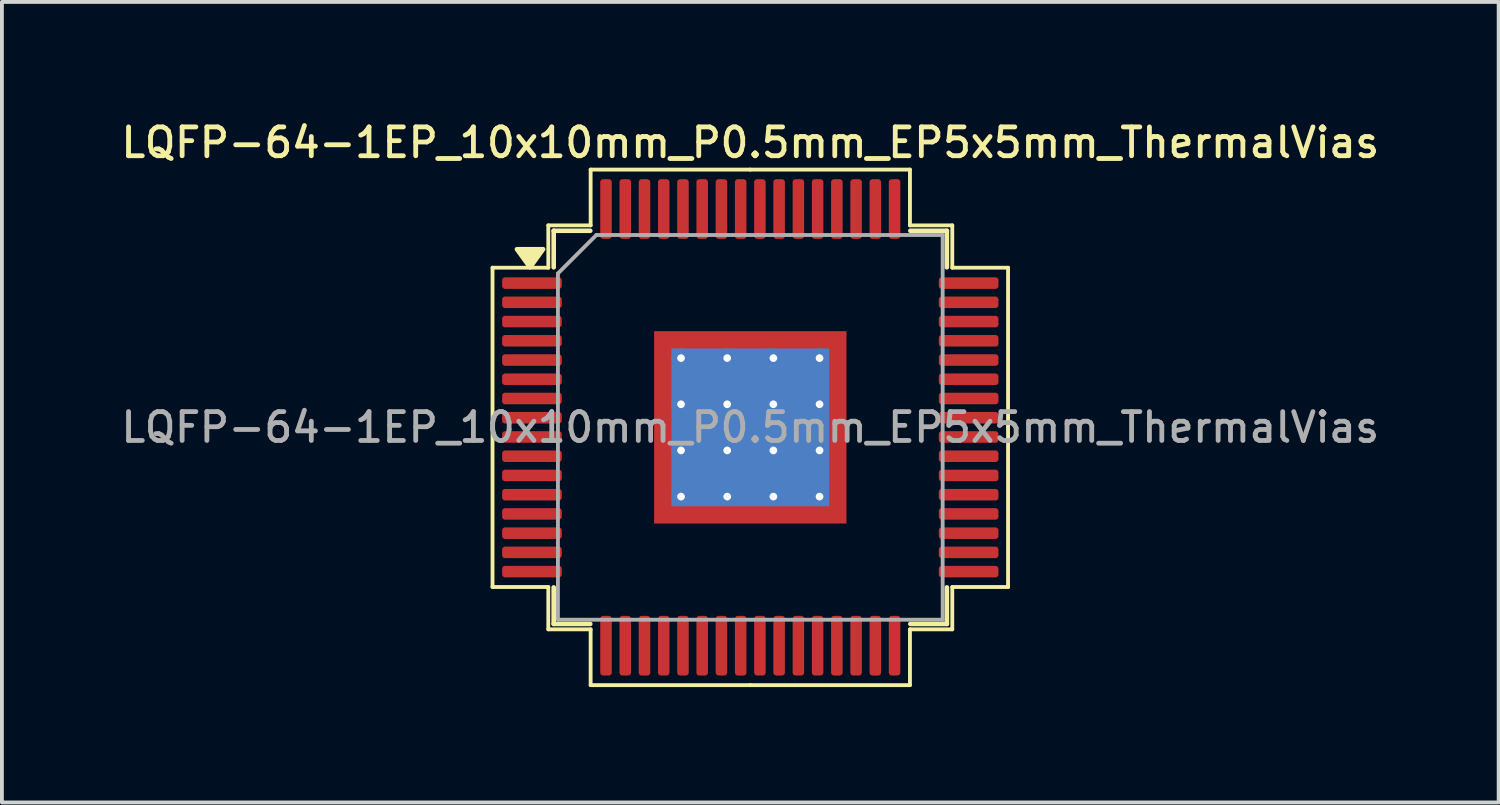
<source format=kicad_pcb>
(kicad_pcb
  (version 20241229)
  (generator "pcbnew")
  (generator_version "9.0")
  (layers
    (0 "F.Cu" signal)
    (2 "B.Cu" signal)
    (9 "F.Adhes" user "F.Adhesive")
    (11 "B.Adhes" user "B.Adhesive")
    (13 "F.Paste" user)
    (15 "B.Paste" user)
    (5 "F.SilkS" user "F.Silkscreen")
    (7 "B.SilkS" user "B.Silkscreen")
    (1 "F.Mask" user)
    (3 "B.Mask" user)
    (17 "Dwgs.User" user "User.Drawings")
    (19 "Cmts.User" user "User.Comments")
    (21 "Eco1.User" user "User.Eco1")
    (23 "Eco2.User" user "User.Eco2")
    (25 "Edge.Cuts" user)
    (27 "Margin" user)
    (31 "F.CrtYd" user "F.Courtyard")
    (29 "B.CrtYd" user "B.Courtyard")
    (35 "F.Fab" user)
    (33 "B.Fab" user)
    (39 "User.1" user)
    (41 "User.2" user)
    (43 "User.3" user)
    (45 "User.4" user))
  (footprint "LQFP-64-1EP_10x10mm_P0.5mm_EP5x5mm_ThermalVias"
    (layer "F.Cu")
    (at 16.452 8.058)
    (property "Reference" "LQFP-64-1EP_10x10mm_P0.5mm_EP5x5mm_ThermalVias" (at 0 -7.4 0) (layer "F.SilkS") (effects (font (size 0.75 0.75) (thickness 0.125))))
    (attr smd)
    (fp_line (start -6.7 -4.15) (end -6.7 0) (stroke (width 0.1) (type solid)) (layer "F.SilkS"))
    (fp_line (start -6.7 4.15) (end -6.7 0) (stroke (width 0.1) (type solid)) (layer "F.SilkS"))
    (fp_line (start -5.25 -5.25) (end -5.25 -4.15) (stroke (width 0.1) (type solid)) (layer "F.SilkS"))
    (fp_line (start -5.25 -4.15) (end -6.7 -4.15) (stroke (width 0.1) (type solid)) (layer "F.SilkS"))
    (fp_line (start -5.25 4.15) (end -6.7 4.15) (stroke (width 0.1) (type solid)) (layer "F.SilkS"))
    (fp_line (start -5.25 5.25) (end -5.25 4.15) (stroke (width 0.1) (type solid)) (layer "F.SilkS"))
    (fp_line (start -5.11 -5.11) (end -5.11 -4.16) (stroke (width 0.12) (type solid)) (layer "F.SilkS"))
    (fp_line (start -5.11 5.11) (end -5.11 4.16) (stroke (width 0.12) (type solid)) (layer "F.SilkS"))
    (fp_line (start -4.16 -5.11) (end -5.11 -5.11) (stroke (width 0.12) (type solid)) (layer "F.SilkS"))
    (fp_line (start -4.16 5.11) (end -5.11 5.11) (stroke (width 0.12) (type solid)) (layer "F.SilkS"))
    (fp_line (start -4.15 -6.7) (end -4.15 -5.25) (stroke (width 0.1) (type solid)) (layer "F.SilkS"))
    (fp_line (start -4.15 -5.25) (end -5.25 -5.25) (stroke (width 0.1) (type solid)) (layer "F.SilkS"))
    (fp_line (start -4.15 5.25) (end -5.25 5.25) (stroke (width 0.1) (type solid)) (layer "F.SilkS"))
    (fp_line (start -4.15 6.7) (end -4.15 5.25) (stroke (width 0.1) (type solid)) (layer "F.SilkS"))
    (fp_line (start 0 -6.7) (end -4.15 -6.7) (stroke (width 0.1) (type solid)) (layer "F.SilkS"))
    (fp_line (start 0 -6.7) (end 4.15 -6.7) (stroke (width 0.1) (type solid)) (layer "F.SilkS"))
    (fp_line (start 0 6.7) (end -4.15 6.7) (stroke (width 0.1) (type solid)) (layer "F.SilkS"))
    (fp_line (start 0 6.7) (end 4.15 6.7) (stroke (width 0.1) (type solid)) (layer "F.SilkS"))
    (fp_line (start 4.15 -6.7) (end 4.15 -5.25) (stroke (width 0.1) (type solid)) (layer "F.SilkS"))
    (fp_line (start 4.15 -5.25) (end 5.25 -5.25) (stroke (width 0.1) (type solid)) (layer "F.SilkS"))
    (fp_line (start 4.15 5.25) (end 5.25 5.25) (stroke (width 0.1) (type solid)) (layer "F.SilkS"))
    (fp_line (start 4.15 6.7) (end 4.15 5.25) (stroke (width 0.1) (type solid)) (layer "F.SilkS"))
    (fp_line (start 4.16 -5.11) (end 5.11 -5.11) (stroke (width 0.12) (type solid)) (layer "F.SilkS"))
    (fp_line (start 4.16 5.11) (end 5.11 5.11) (stroke (width 0.12) (type solid)) (layer "F.SilkS"))
    (fp_line (start 5.11 -5.11) (end 5.11 -4.16) (stroke (width 0.12) (type solid)) (layer "F.SilkS"))
    (fp_line (start 5.11 5.11) (end 5.11 4.16) (stroke (width 0.12) (type solid)) (layer "F.SilkS"))
    (fp_line (start 5.25 -5.25) (end 5.25 -4.15) (stroke (width 0.1) (type solid)) (layer "F.SilkS"))
    (fp_line (start 5.25 -4.15) (end 6.7 -4.15) (stroke (width 0.1) (type solid)) (layer "F.SilkS"))
    (fp_line (start 5.25 4.15) (end 6.7 4.15) (stroke (width 0.1) (type solid)) (layer "F.SilkS"))
    (fp_line (start 5.25 5.25) (end 5.25 4.15) (stroke (width 0.1) (type solid)) (layer "F.SilkS"))
    (fp_line (start 6.7 -4.15) (end 6.7 0) (stroke (width 0.1) (type solid)) (layer "F.SilkS"))
    (fp_line (start 6.7 4.15) (end 6.7 0) (stroke (width 0.1) (type solid)) (layer "F.SilkS"))
    (fp_poly (pts (xy -5.725 -4.16) (xy -6.065 -4.63) (xy -5.385 -4.63) (xy -5.725 -4.16)) (stroke (width 0.12) (type solid)) (fill yes) (layer "F.SilkS"))
    (fp_line (start -5 -4) (end -4 -5) (stroke (width 0.1) (type solid)) (layer "F.Fab"))
    (fp_line (start -5 5) (end -5 -4) (stroke (width 0.1) (type solid)) (layer "F.Fab"))
    (fp_line (start -4 -5) (end 5 -5) (stroke (width 0.1) (type solid)) (layer "F.Fab"))
    (fp_line (start 5 -5) (end 5 5) (stroke (width 0.1) (type solid)) (layer "F.Fab"))
    (fp_line (start 5 5) (end -5 5) (stroke (width 0.1) (type solid)) (layer "F.Fab"))
    (fp_text user "${REFERENCE}" (at 0 0 0) (layer "F.Fab") (effects (font (size 0.75 0.75) (thickness 0.125))))
    (pad "" smd custom (at -2.15 -2.15) (size 0.46 0.46) (layers "F.Paste") (options (anchor circle)) (primitives (gr_poly (pts (xy -0.178 -0.178) (xy 0.178 -0.178) (xy 0.178 0.092) (xy 0.092 0.178) (xy -0.178 0.178)) (width 0.208) (fill yes))))
    (pad "" smd custom (at -2.15 -1.2) (size 0.495 0.495) (layers "F.Paste") (options (anchor circle)) (primitives (gr_poly (pts (xy -0.212 -0.414) (xy 0.154 -0.414) (xy 0.212 -0.356) (xy 0.212 0.356) (xy 0.154 0.414) (xy -0.212 0.414)) (width 0.14) (fill yes))))
    (pad "" smd custom (at -2.15 0) (size 0.495 0.495) (layers "F.Paste") (options (anchor circle)) (primitives (gr_poly (pts (xy -0.212 -0.414) (xy 0.154 -0.414) (xy 0.212 -0.356) (xy 0.212 0.356) (xy 0.154 0.414) (xy -0.212 0.414)) (width 0.14) (fill yes))))
    (pad "" smd custom (at -2.15 1.2) (size 0.495 0.495) (layers "F.Paste") (options (anchor circle)) (primitives (gr_poly (pts (xy -0.212 -0.414) (xy 0.154 -0.414) (xy 0.212 -0.356) (xy 0.212 0.356) (xy 0.154 0.414) (xy -0.212 0.414)) (width 0.14) (fill yes))))
    (pad "" smd custom (at -2.15 2.15) (size 0.46 0.46) (layers "F.Paste") (options (anchor circle)) (primitives (gr_poly (pts (xy -0.178 -0.178) (xy 0.092 -0.178) (xy 0.178 -0.092) (xy 0.178 0.178) (xy -0.178 0.178)) (width 0.208) (fill yes))))
    (pad "" smd custom (at -1.2 -2.15) (size 0.495 0.495) (layers "F.Paste") (options (anchor circle)) (primitives (gr_poly (pts (xy -0.414 -0.212) (xy 0.414 -0.212) (xy 0.414 0.154) (xy 0.356 0.212) (xy -0.356 0.212) (xy -0.414 0.154)) (width 0.14) (fill yes))))
    (pad "" smd roundrect (at -1.2 -1.2) (size 0.967 0.967) (layers "F.Paste") (roundrect_rratio 0.25))
    (pad "" smd roundrect (at -1.2 0) (size 0.967 0.967) (layers "F.Paste") (roundrect_rratio 0.25))
    (pad "" smd roundrect (at -1.2 1.2) (size 0.967 0.967) (layers "F.Paste") (roundrect_rratio 0.25))
    (pad "" smd custom (at -1.2 2.15) (size 0.495 0.495) (layers "F.Paste") (options (anchor circle)) (primitives (gr_poly (pts (xy -0.414 -0.154) (xy -0.356 -0.212) (xy 0.356 -0.212) (xy 0.414 -0.154) (xy 0.414 0.212) (xy -0.414 0.212)) (width 0.14) (fill yes))))
    (pad "" smd custom (at 0 -2.15) (size 0.495 0.495) (layers "F.Paste") (options (anchor circle)) (primitives (gr_poly (pts (xy -0.414 -0.212) (xy 0.414 -0.212) (xy 0.414 0.154) (xy 0.356 0.212) (xy -0.356 0.212) (xy -0.414 0.154)) (width 0.14) (fill yes))))
    (pad "" smd roundrect (at 0 -1.2) (size 0.967 0.967) (layers "F.Paste") (roundrect_rratio 0.25))
    (pad "" smd roundrect (at 0 0) (size 0.967 0.967) (layers "F.Paste") (roundrect_rratio 0.25))
    (pad "" smd roundrect (at 0 1.2) (size 0.967 0.967) (layers "F.Paste") (roundrect_rratio 0.25))
    (pad "" smd custom (at 0 2.15) (size 0.495 0.495) (layers "F.Paste") (options (anchor circle)) (primitives (gr_poly (pts (xy -0.414 -0.154) (xy -0.356 -0.212) (xy 0.356 -0.212) (xy 0.414 -0.154) (xy 0.414 0.212) (xy -0.414 0.212)) (width 0.14) (fill yes))))
    (pad "" smd custom (at 1.2 -2.15) (size 0.495 0.495) (layers "F.Paste") (options (anchor circle)) (primitives (gr_poly (pts (xy -0.414 -0.212) (xy 0.414 -0.212) (xy 0.414 0.154) (xy 0.356 0.212) (xy -0.356 0.212) (xy -0.414 0.154)) (width 0.14) (fill yes))))
    (pad "" smd roundrect (at 1.2 -1.2) (size 0.967 0.967) (layers "F.Paste") (roundrect_rratio 0.25))
    (pad "" smd roundrect (at 1.2 0) (size 0.967 0.967) (layers "F.Paste") (roundrect_rratio 0.25))
    (pad "" smd roundrect (at 1.2 1.2) (size 0.967 0.967) (layers "F.Paste") (roundrect_rratio 0.25))
    (pad "" smd custom (at 1.2 2.15) (size 0.495 0.495) (layers "F.Paste") (options (anchor circle)) (primitives (gr_poly (pts (xy -0.414 -0.154) (xy -0.356 -0.212) (xy 0.356 -0.212) (xy 0.414 -0.154) (xy 0.414 0.212) (xy -0.414 0.212)) (width 0.14) (fill yes))))
    (pad "" smd custom (at 2.15 -2.15) (size 0.46 0.46) (layers "F.Paste") (options (anchor circle)) (primitives (gr_poly (pts (xy -0.178 -0.178) (xy 0.178 -0.178) (xy 0.178 0.178) (xy -0.092 0.178) (xy -0.178 0.092)) (width 0.208) (fill yes))))
    (pad "" smd custom (at 2.15 -1.2) (size 0.495 0.495) (layers "F.Paste") (options (anchor circle)) (primitives (gr_poly (pts (xy -0.212 -0.356) (xy -0.154 -0.414) (xy 0.212 -0.414) (xy 0.212 0.414) (xy -0.154 0.414) (xy -0.212 0.356)) (width 0.14) (fill yes))))
    (pad "" smd custom (at 2.15 0) (size 0.495 0.495) (layers "F.Paste") (options (anchor circle)) (primitives (gr_poly (pts (xy -0.212 -0.356) (xy -0.154 -0.414) (xy 0.212 -0.414) (xy 0.212 0.414) (xy -0.154 0.414) (xy -0.212 0.356)) (width 0.14) (fill yes))))
    (pad "" smd custom (at 2.15 1.2) (size 0.495 0.495) (layers "F.Paste") (options (anchor circle)) (primitives (gr_poly (pts (xy -0.212 -0.356) (xy -0.154 -0.414) (xy 0.212 -0.414) (xy 0.212 0.414) (xy -0.154 0.414) (xy -0.212 0.356)) (width 0.14) (fill yes))))
    (pad "" smd custom (at 2.15 2.15) (size 0.46 0.46) (layers "F.Paste") (options (anchor circle)) (primitives (gr_poly (pts (xy -0.178 -0.092) (xy -0.092 -0.178) (xy 0.178 -0.178) (xy 0.178 0.178) (xy -0.178 0.178)) (width 0.208) (fill yes))))
    (pad "1" smd roundrect (at -5.675 -3.75) (size 1.55 0.3) (layers "F.Cu" "F.Mask" "F.Paste") (roundrect_rratio 0.25))
    (pad "2" smd roundrect (at -5.675 -3.25) (size 1.55 0.3) (layers "F.Cu" "F.Mask" "F.Paste") (roundrect_rratio 0.25))
    (pad "3" smd roundrect (at -5.675 -2.75) (size 1.55 0.3) (layers "F.Cu" "F.Mask" "F.Paste") (roundrect_rratio 0.25))
    (pad "4" smd roundrect (at -5.675 -2.25) (size 1.55 0.3) (layers "F.Cu" "F.Mask" "F.Paste") (roundrect_rratio 0.25))
    (pad "5" smd roundrect (at -5.675 -1.75) (size 1.55 0.3) (layers "F.Cu" "F.Mask" "F.Paste") (roundrect_rratio 0.25))
    (pad "6" smd roundrect (at -5.675 -1.25) (size 1.55 0.3) (layers "F.Cu" "F.Mask" "F.Paste") (roundrect_rratio 0.25))
    (pad "7" smd roundrect (at -5.675 -0.75) (size 1.55 0.3) (layers "F.Cu" "F.Mask" "F.Paste") (roundrect_rratio 0.25))
    (pad "8" smd roundrect (at -5.675 -0.25) (size 1.55 0.3) (layers "F.Cu" "F.Mask" "F.Paste") (roundrect_rratio 0.25))
    (pad "9" smd roundrect (at -5.675 0.25) (size 1.55 0.3) (layers "F.Cu" "F.Mask" "F.Paste") (roundrect_rratio 0.25))
    (pad "10" smd roundrect (at -5.675 0.75) (size 1.55 0.3) (layers "F.Cu" "F.Mask" "F.Paste") (roundrect_rratio 0.25))
    (pad "11" smd roundrect (at -5.675 1.25) (size 1.55 0.3) (layers "F.Cu" "F.Mask" "F.Paste") (roundrect_rratio 0.25))
    (pad "12" smd roundrect (at -5.675 1.75) (size 1.55 0.3) (layers "F.Cu" "F.Mask" "F.Paste") (roundrect_rratio 0.25))
    (pad "13" smd roundrect (at -5.675 2.25) (size 1.55 0.3) (layers "F.Cu" "F.Mask" "F.Paste") (roundrect_rratio 0.25))
    (pad "14" smd roundrect (at -5.675 2.75) (size 1.55 0.3) (layers "F.Cu" "F.Mask" "F.Paste") (roundrect_rratio 0.25))
    (pad "15" smd roundrect (at -5.675 3.25) (size 1.55 0.3) (layers "F.Cu" "F.Mask" "F.Paste") (roundrect_rratio 0.25))
    (pad "16" smd roundrect (at -5.675 3.75) (size 1.55 0.3) (layers "F.Cu" "F.Mask" "F.Paste") (roundrect_rratio 0.25))
    (pad "17" smd roundrect (at -3.75 5.675) (size 0.3 1.55) (layers "F.Cu" "F.Mask" "F.Paste") (roundrect_rratio 0.25))
    (pad "18" smd roundrect (at -3.25 5.675) (size 0.3 1.55) (layers "F.Cu" "F.Mask" "F.Paste") (roundrect_rratio 0.25))
    (pad "19" smd roundrect (at -2.75 5.675) (size 0.3 1.55) (layers "F.Cu" "F.Mask" "F.Paste") (roundrect_rratio 0.25))
    (pad "20" smd roundrect (at -2.25 5.675) (size 0.3 1.55) (layers "F.Cu" "F.Mask" "F.Paste") (roundrect_rratio 0.25))
    (pad "21" smd roundrect (at -1.75 5.675) (size 0.3 1.55) (layers "F.Cu" "F.Mask" "F.Paste") (roundrect_rratio 0.25))
    (pad "22" smd roundrect (at -1.25 5.675) (size 0.3 1.55) (layers "F.Cu" "F.Mask" "F.Paste") (roundrect_rratio 0.25))
    (pad "23" smd roundrect (at -0.75 5.675) (size 0.3 1.55) (layers "F.Cu" "F.Mask" "F.Paste") (roundrect_rratio 0.25))
    (pad "24" smd roundrect (at -0.25 5.675) (size 0.3 1.55) (layers "F.Cu" "F.Mask" "F.Paste") (roundrect_rratio 0.25))
    (pad "25" smd roundrect (at 0.25 5.675) (size 0.3 1.55) (layers "F.Cu" "F.Mask" "F.Paste") (roundrect_rratio 0.25))
    (pad "26" smd roundrect (at 0.75 5.675) (size 0.3 1.55) (layers "F.Cu" "F.Mask" "F.Paste") (roundrect_rratio 0.25))
    (pad "27" smd roundrect (at 1.25 5.675) (size 0.3 1.55) (layers "F.Cu" "F.Mask" "F.Paste") (roundrect_rratio 0.25))
    (pad "28" smd roundrect (at 1.75 5.675) (size 0.3 1.55) (layers "F.Cu" "F.Mask" "F.Paste") (roundrect_rratio 0.25))
    (pad "29" smd roundrect (at 2.25 5.675) (size 0.3 1.55) (layers "F.Cu" "F.Mask" "F.Paste") (roundrect_rratio 0.25))
    (pad "30" smd roundrect (at 2.75 5.675) (size 0.3 1.55) (layers "F.Cu" "F.Mask" "F.Paste") (roundrect_rratio 0.25))
    (pad "31" smd roundrect (at 3.25 5.675) (size 0.3 1.55) (layers "F.Cu" "F.Mask" "F.Paste") (roundrect_rratio 0.25))
    (pad "32" smd roundrect (at 3.75 5.675) (size 0.3 1.55) (layers "F.Cu" "F.Mask" "F.Paste") (roundrect_rratio 0.25))
    (pad "33" smd roundrect (at 5.675 3.75) (size 1.55 0.3) (layers "F.Cu" "F.Mask" "F.Paste") (roundrect_rratio 0.25))
    (pad "34" smd roundrect (at 5.675 3.25) (size 1.55 0.3) (layers "F.Cu" "F.Mask" "F.Paste") (roundrect_rratio 0.25))
    (pad "35" smd roundrect (at 5.675 2.75) (size 1.55 0.3) (layers "F.Cu" "F.Mask" "F.Paste") (roundrect_rratio 0.25))
    (pad "36" smd roundrect (at 5.675 2.25) (size 1.55 0.3) (layers "F.Cu" "F.Mask" "F.Paste") (roundrect_rratio 0.25))
    (pad "37" smd roundrect (at 5.675 1.75) (size 1.55 0.3) (layers "F.Cu" "F.Mask" "F.Paste") (roundrect_rratio 0.25))
    (pad "38" smd roundrect (at 5.675 1.25) (size 1.55 0.3) (layers "F.Cu" "F.Mask" "F.Paste") (roundrect_rratio 0.25))
    (pad "39" smd roundrect (at 5.675 0.75) (size 1.55 0.3) (layers "F.Cu" "F.Mask" "F.Paste") (roundrect_rratio 0.25))
    (pad "40" smd roundrect (at 5.675 0.25) (size 1.55 0.3) (layers "F.Cu" "F.Mask" "F.Paste") (roundrect_rratio 0.25))
    (pad "41" smd roundrect (at 5.675 -0.25) (size 1.55 0.3) (layers "F.Cu" "F.Mask" "F.Paste") (roundrect_rratio 0.25))
    (pad "42" smd roundrect (at 5.675 -0.75) (size 1.55 0.3) (layers "F.Cu" "F.Mask" "F.Paste") (roundrect_rratio 0.25))
    (pad "43" smd roundrect (at 5.675 -1.25) (size 1.55 0.3) (layers "F.Cu" "F.Mask" "F.Paste") (roundrect_rratio 0.25))
    (pad "44" smd roundrect (at 5.675 -1.75) (size 1.55 0.3) (layers "F.Cu" "F.Mask" "F.Paste") (roundrect_rratio 0.25))
    (pad "45" smd roundrect (at 5.675 -2.25) (size 1.55 0.3) (layers "F.Cu" "F.Mask" "F.Paste") (roundrect_rratio 0.25))
    (pad "46" smd roundrect (at 5.675 -2.75) (size 1.55 0.3) (layers "F.Cu" "F.Mask" "F.Paste") (roundrect_rratio 0.25))
    (pad "47" smd roundrect (at 5.675 -3.25) (size 1.55 0.3) (layers "F.Cu" "F.Mask" "F.Paste") (roundrect_rratio 0.25))
    (pad "48" smd roundrect (at 5.675 -3.75) (size 1.55 0.3) (layers "F.Cu" "F.Mask" "F.Paste") (roundrect_rratio 0.25))
    (pad "49" smd roundrect (at 3.75 -5.675) (size 0.3 1.55) (layers "F.Cu" "F.Mask" "F.Paste") (roundrect_rratio 0.25))
    (pad "50" smd roundrect (at 3.25 -5.675) (size 0.3 1.55) (layers "F.Cu" "F.Mask" "F.Paste") (roundrect_rratio 0.25))
    (pad "51" smd roundrect (at 2.75 -5.675) (size 0.3 1.55) (layers "F.Cu" "F.Mask" "F.Paste") (roundrect_rratio 0.25))
    (pad "52" smd roundrect (at 2.25 -5.675) (size 0.3 1.55) (layers "F.Cu" "F.Mask" "F.Paste") (roundrect_rratio 0.25))
    (pad "53" smd roundrect (at 1.75 -5.675) (size 0.3 1.55) (layers "F.Cu" "F.Mask" "F.Paste") (roundrect_rratio 0.25))
    (pad "54" smd roundrect (at 1.25 -5.675) (size 0.3 1.55) (layers "F.Cu" "F.Mask" "F.Paste") (roundrect_rratio 0.25))
    (pad "55" smd roundrect (at 0.75 -5.675) (size 0.3 1.55) (layers "F.Cu" "F.Mask" "F.Paste") (roundrect_rratio 0.25))
    (pad "56" smd roundrect (at 0.25 -5.675) (size 0.3 1.55) (layers "F.Cu" "F.Mask" "F.Paste") (roundrect_rratio 0.25))
    (pad "57" smd roundrect (at -0.25 -5.675) (size 0.3 1.55) (layers "F.Cu" "F.Mask" "F.Paste") (roundrect_rratio 0.25))
    (pad "58" smd roundrect (at -0.75 -5.675) (size 0.3 1.55) (layers "F.Cu" "F.Mask" "F.Paste") (roundrect_rratio 0.25))
    (pad "59" smd roundrect (at -1.25 -5.675) (size 0.3 1.55) (layers "F.Cu" "F.Mask" "F.Paste") (roundrect_rratio 0.25))
    (pad "60" smd roundrect (at -1.75 -5.675) (size 0.3 1.55) (layers "F.Cu" "F.Mask" "F.Paste") (roundrect_rratio 0.25))
    (pad "61" smd roundrect (at -2.25 -5.675) (size 0.3 1.55) (layers "F.Cu" "F.Mask" "F.Paste") (roundrect_rratio 0.25))
    (pad "62" smd roundrect (at -2.75 -5.675) (size 0.3 1.55) (layers "F.Cu" "F.Mask" "F.Paste") (roundrect_rratio 0.25))
    (pad "63" smd roundrect (at -3.25 -5.675) (size 0.3 1.55) (layers "F.Cu" "F.Mask" "F.Paste") (roundrect_rratio 0.25))
    (pad "64" smd roundrect (at -3.75 -5.675) (size 0.3 1.55) (layers "F.Cu" "F.Mask" "F.Paste") (roundrect_rratio 0.25))
    (pad "65" thru_hole circle (at -1.8 -1.8) (size 0.5 0.5) (drill 0.2) (property pad_prop_heatsink) (layers "*.Cu"))
    (pad "65" thru_hole circle (at -1.8 -0.6) (size 0.5 0.5) (drill 0.2) (property pad_prop_heatsink) (layers "*.Cu"))
    (pad "65" thru_hole circle (at -1.8 0.6) (size 0.5 0.5) (drill 0.2) (property pad_prop_heatsink) (layers "*.Cu"))
    (pad "65" thru_hole circle (at -1.8 1.8) (size 0.5 0.5) (drill 0.2) (property pad_prop_heatsink) (layers "*.Cu"))
    (pad "65" thru_hole circle (at -0.6 -1.8) (size 0.5 0.5) (drill 0.2) (property pad_prop_heatsink) (layers "*.Cu"))
    (pad "65" thru_hole circle (at -0.6 -0.6) (size 0.5 0.5) (drill 0.2) (property pad_prop_heatsink) (layers "*.Cu"))
    (pad "65" thru_hole circle (at -0.6 0.6) (size 0.5 0.5) (drill 0.2) (property pad_prop_heatsink) (layers "*.Cu"))
    (pad "65" thru_hole circle (at -0.6 1.8) (size 0.5 0.5) (drill 0.2) (property pad_prop_heatsink) (layers "*.Cu"))
    (pad "65" smd rect (at 0 0) (size 4.1 4.1) (property pad_prop_heatsink) (layers "B.Cu"))
    (pad "65" smd rect (at 0 0) (size 5 5) (property pad_prop_heatsink) (layers "F.Cu" "F.Mask"))
    (pad "65" thru_hole circle (at 0.6 -1.8) (size 0.5 0.5) (drill 0.2) (property pad_prop_heatsink) (layers "*.Cu"))
    (pad "65" thru_hole circle (at 0.6 -0.6) (size 0.5 0.5) (drill 0.2) (property pad_prop_heatsink) (layers "*.Cu"))
    (pad "65" thru_hole circle (at 0.6 0.6) (size 0.5 0.5) (drill 0.2) (property pad_prop_heatsink) (layers "*.Cu"))
    (pad "65" thru_hole circle (at 0.6 1.8) (size 0.5 0.5) (drill 0.2) (property pad_prop_heatsink) (layers "*.Cu"))
    (pad "65" thru_hole circle (at 1.8 -1.8) (size 0.5 0.5) (drill 0.2) (property pad_prop_heatsink) (layers "*.Cu"))
    (pad "65" thru_hole circle (at 1.8 -0.6) (size 0.5 0.5) (drill 0.2) (property pad_prop_heatsink) (layers "*.Cu"))
    (pad "65" thru_hole circle (at 1.8 0.6) (size 0.5 0.5) (drill 0.2) (property pad_prop_heatsink) (layers "*.Cu"))
    (pad "65" thru_hole circle (at 1.8 1.8) (size 0.5 0.5) (drill 0.2) (property pad_prop_heatsink) (layers "*.Cu")))
  (gr_rect
    (start -3 -3)
    (end 35.904 17.808)
    (stroke (width 0.1) (type default))
    (fill no)
    (layer "Edge.Cuts")))
</source>
